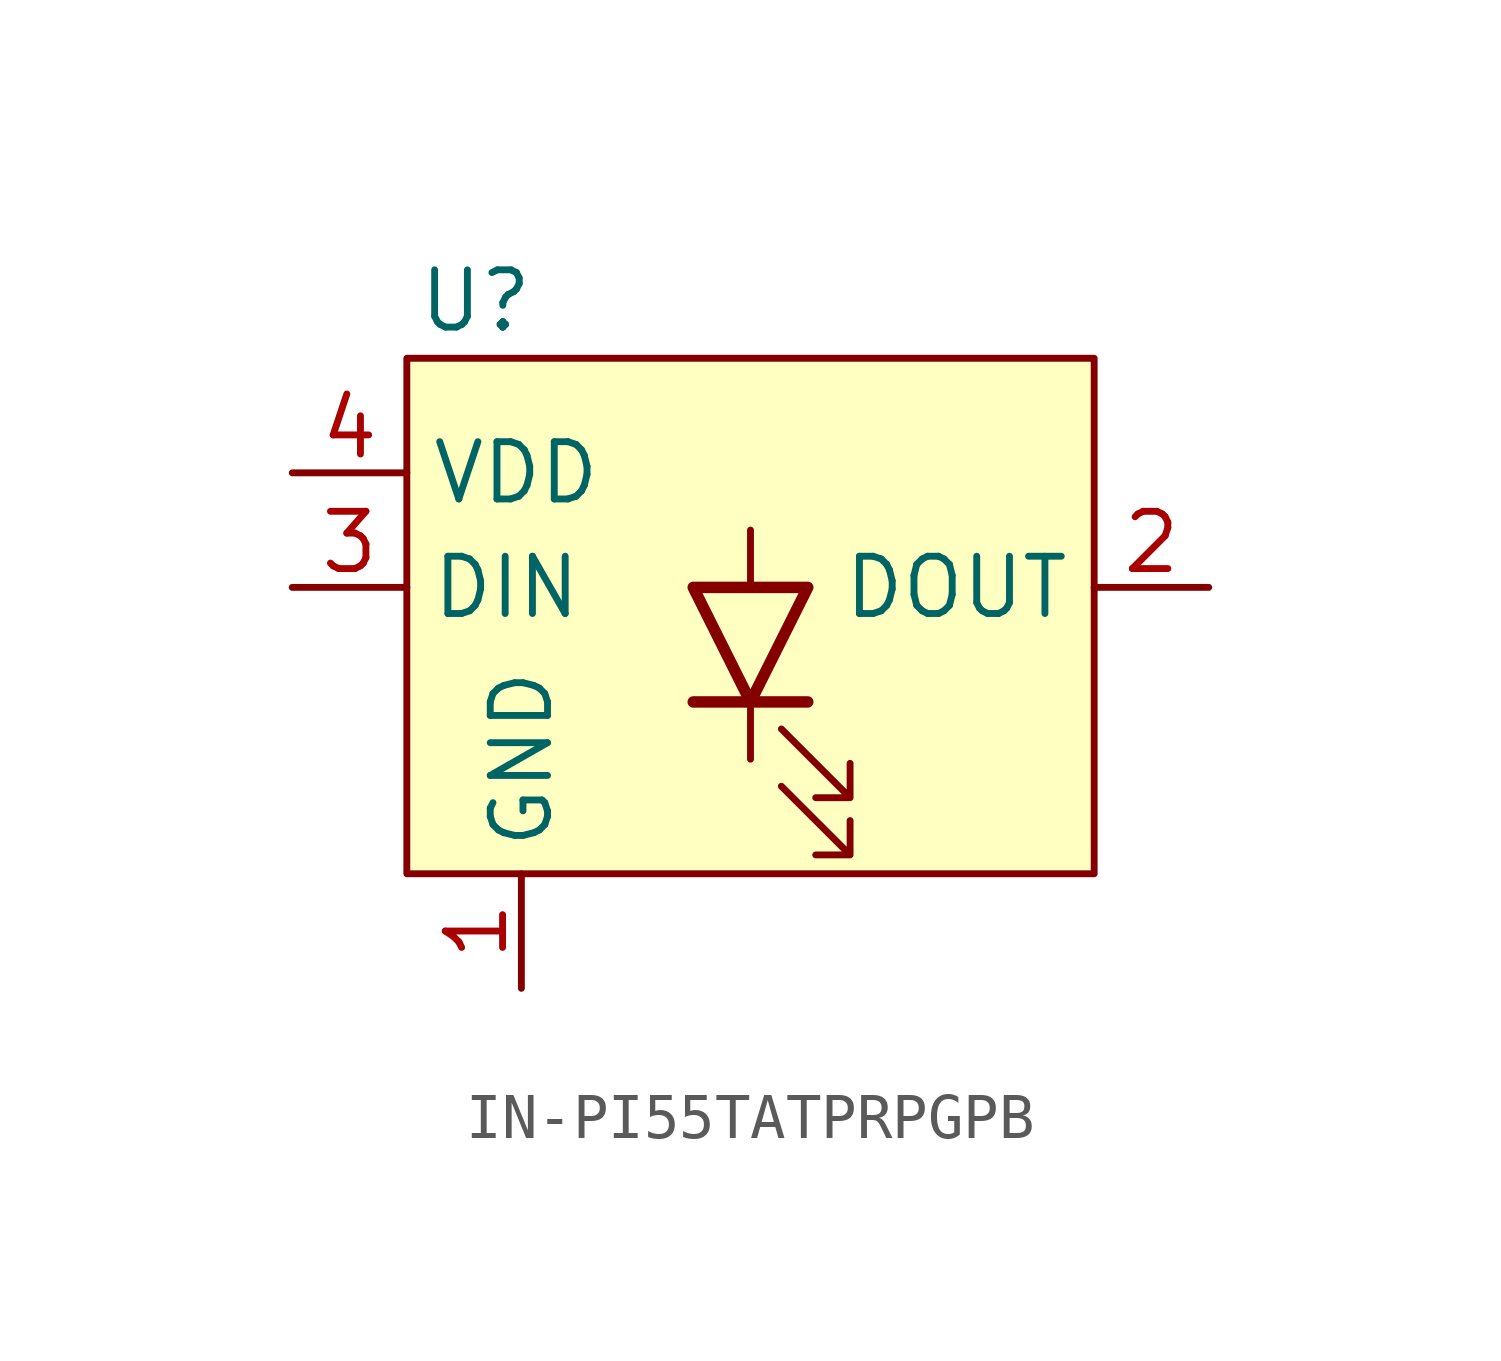
<source format=kicad_sym>
(kicad_symbol_lib
  (version 20241209)
  (generator "kicad_symbol_editor")
  (generator_version "9.0")
  (symbol "IN-PI55TATPRPGPB"
    (property "Reference" "U"
      (at -6.096 7.62 0)
      (effects (font (size 1.27 1.27))))
    (property "Value" ""
      (at 0 0 0)
      (effects (font (size 1.27 1.27))))
    (symbol "IN-PI55TATPRPGPB_0_1"
      (polyline (pts (xy 0.684 -1.869) (xy 2.208 -3.393) (xy 2.208 -2.631) (xy 2.208 -3.393) (xy 1.446 -3.393)) (stroke (width 0) (type default)) (fill (type none)))
      (polyline (pts (xy 0.684 -3.139) (xy 2.208 -4.662) (xy 2.208 -3.901) (xy 2.208 -4.662) (xy 1.446 -4.662)) (stroke (width 0) (type default)) (fill (type none)))
      (polyline (pts (xy 1.27 1.27) (xy -1.27 1.27) (xy 0 -1.27) (xy 1.27 1.27)) (stroke (width 0.254) (type default)) (fill (type none)))
      (polyline (pts (xy 1.27 -1.27) (xy -1.27 -1.27)) (stroke (width 0.254) (type default)) (fill (type none))))
    (symbol "IN-PI55TATPRPGPB_1_1"
      (rectangle (start -7.62 6.35) (end 7.62 -5.08) (stroke (width 0) (type solid)) (fill (type background)))
      (polyline (pts (xy 0 1.27) (xy 0 2.54)) (stroke (width 0) (type default)) (fill (type none)))
      (polyline (pts (xy 0 -1.27) (xy 0 -2.54)) (stroke (width 0) (type default)) (fill (type none)))
      (pin power_in line (at -10.16 3.81 0) (length 2.54) (name "VDD" (effects (font (size 1.27 1.27)))) (number "4" (effects (font (size 1.27 1.27)))))
      (pin input line (at -10.16 1.27 0) (length 2.54) (name "DIN" (effects (font (size 1.27 1.27)))) (number "3" (effects (font (size 1.27 1.27)))))
      (pin power_in line (at -5.08 -7.62 90) (length 2.54) (name "GND" (effects (font (size 1.27 1.27)))) (number "1" (effects (font (size 1.27 1.27)))))
      (pin output line (at 10.16 1.27 180) (length 2.54) (name "DOUT" (effects (font (size 1.27 1.27)))) (number "2" (effects (font (size 1.27 1.27))))))))
</source>
